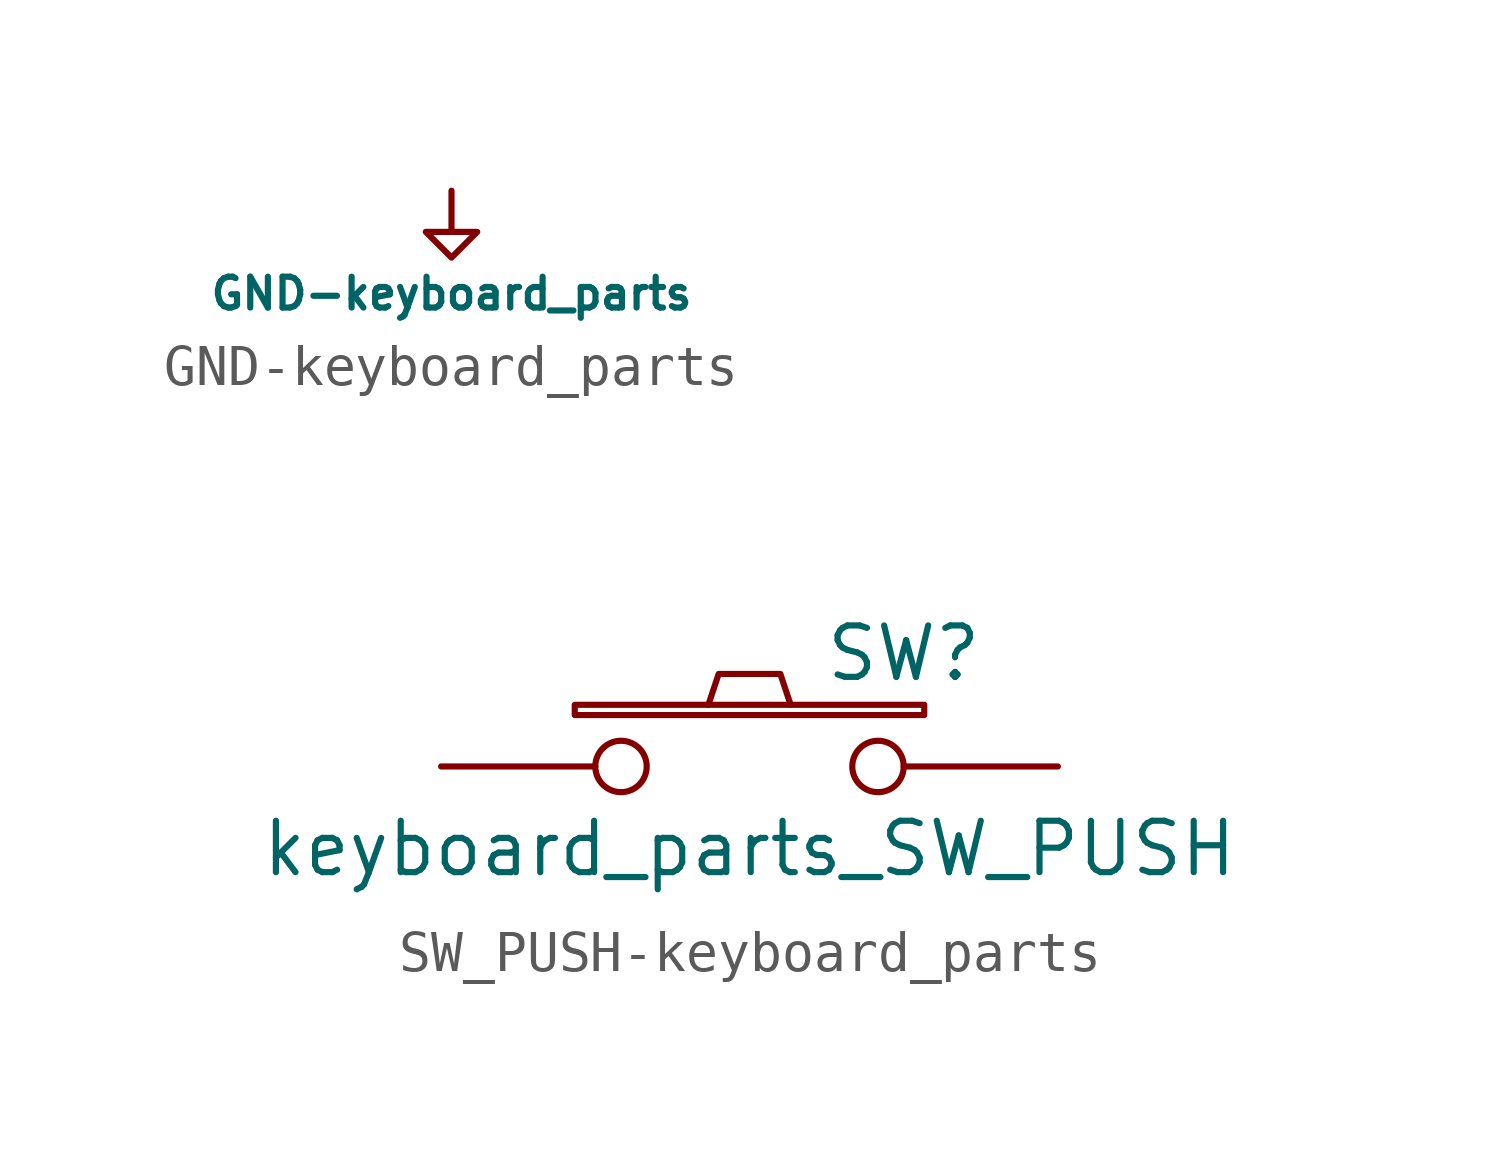
<source format=kicad_sym>
(kicad_symbol_lib
  (version 20220914)
  (generator kicad_symbol_editor)
  (symbol "GND-keyboard_parts"
    (power)
    (pin_names
      (offset 0))
    (property "Reference" "#PWR"
      (at 0 1.27 0)
      (effects (font (size 0.508 0.508)) hide))
    (property "Value" "GND-keyboard_parts"
      (at 0 -2.54 0)
      (effects (font (size 0.762 0.762))))
    (property "Footprint" ""
      (at 0 0 0)
      (effects (font (size 1.524 1.524))))
    (property "Datasheet" ""
      (at 0 0 0)
      (effects (font (size 1.524 1.524))))
    (symbol "GND-keyboard_parts_0_0"
      (pin power_in line (at 0 0 90) (length 0) hide (name "+5V" (effects (font (size 0.508 0.508)))) (number "1" (effects (font (size 0.254 0.254))))))
    (symbol "GND-keyboard_parts_0_1"
      (polyline (pts (xy 0 -1.651) (xy 0.635 -1.016) (xy -0.635 -1.016) (xy 0 -1.651)) (stroke (width 0) (type solid)) (fill (type none))))
    (symbol "GND-keyboard_parts_1_1"
      (polyline (pts (xy 0 0) (xy 0 -1.016) (xy 0 -1.016)) (stroke (width 0) (type solid)) (fill (type none)))))
  (symbol "SW_PUSH-keyboard_parts"
    (pin_numbers hide)
    (pin_names
      (offset 1.016) hide)
    (property "Reference" "SW"
      (at 3.81 2.794 0)
      (effects (font (size 1.27 1.27))))
    (property "Value" "keyboard_parts_SW_PUSH"
      (at 0 -2.032 0)
      (effects (font (size 1.27 1.27))))
    (property "Footprint" ""
      (at 0 0 0)
      (effects (font (size 1.524 1.524))))
    (property "Datasheet" ""
      (at 0 0 0)
      (effects (font (size 1.524 1.524))))
    (symbol "SW_PUSH-keyboard_parts_0_1"
      (rectangle (start -4.318 1.27) (end 4.318 1.524) (stroke (width 0) (type solid)) (fill (type none)))
      (polyline (pts (xy -1.016 1.524) (xy -0.762 2.286) (xy 0.762 2.286) (xy 1.016 1.524)) (stroke (width 0) (type solid)) (fill (type none)))
      (pin passive inverted (at -7.62 0 0) (length 5.08) (name "1" (effects (font (size 1.524 1.524)))) (number "1" (effects (font (size 1.524 1.524)))))
      (pin passive inverted (at 7.62 0 180) (length 5.08) (name "2" (effects (font (size 1.524 1.524)))) (number "2" (effects (font (size 1.524 1.524))))))))
</source>
